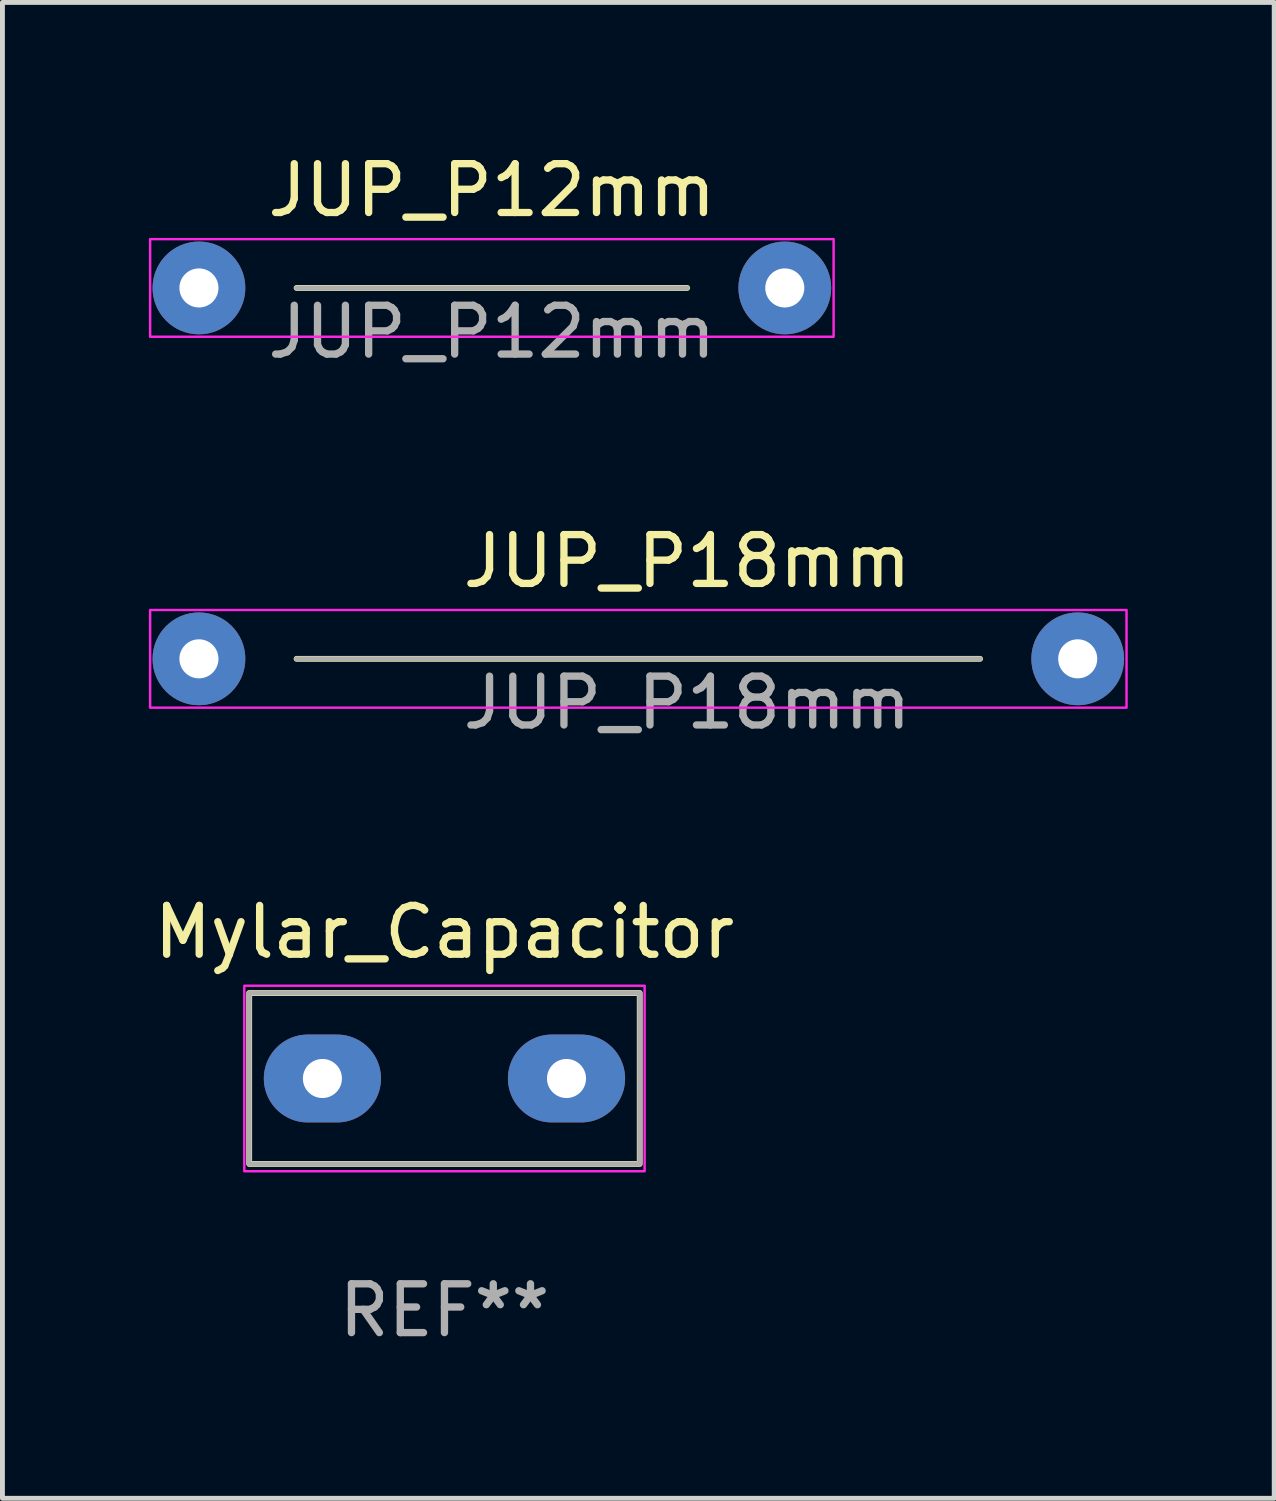
<source format=kicad_pcb>
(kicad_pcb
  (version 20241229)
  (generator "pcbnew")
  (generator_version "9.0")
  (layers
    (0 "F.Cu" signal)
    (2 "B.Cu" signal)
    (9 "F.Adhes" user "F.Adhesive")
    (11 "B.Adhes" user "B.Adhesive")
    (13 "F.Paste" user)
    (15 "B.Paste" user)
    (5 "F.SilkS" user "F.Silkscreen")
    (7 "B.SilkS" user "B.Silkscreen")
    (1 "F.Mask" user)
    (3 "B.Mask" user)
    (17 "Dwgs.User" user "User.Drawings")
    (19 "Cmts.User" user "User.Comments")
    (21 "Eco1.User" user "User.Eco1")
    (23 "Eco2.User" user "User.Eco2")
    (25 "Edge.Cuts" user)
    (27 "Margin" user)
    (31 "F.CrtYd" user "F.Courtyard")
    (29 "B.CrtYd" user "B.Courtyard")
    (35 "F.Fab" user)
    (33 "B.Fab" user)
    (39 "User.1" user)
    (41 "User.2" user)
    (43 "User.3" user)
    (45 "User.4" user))
  (footprint "JUP_P18mm"
    (layer "F.Cu")
    (at 10.025 10.445)
    (property "Reference" "JUP_P18mm" (at 1 -2 0) (unlocked yes) (layer "F.SilkS") (effects (font (size 1 1) (thickness 0.15))))
    (attr through_hole)
    (fp_line (start -7 0) (end 7 0) (stroke (width 0.12) (type solid)) (layer "F.SilkS"))
    (fp_rect (start -10 -1) (end 10 1) (stroke (width 0.05) (type solid)) (fill no) (layer "F.CrtYd"))
    (fp_line (start -7 0) (end 7 0) (stroke (width 0.1) (type solid)) (layer "F.Fab"))
    (fp_text user "${REFERENCE}" (at 1 0.9 0) (unlocked yes) (layer "F.Fab") (effects (font (size 1 1) (thickness 0.15))))
    (pad "1" thru_hole circle (at -9 0) (size 1.9 1.9) (drill 0.8) (layers "*.Cu" "*.Mask"))
    (pad "2" thru_hole circle (at 9 0) (size 1.9 1.9) (drill 0.8) (layers "*.Cu" "*.Mask")))
  (footprint "JUP_P12mm"
    (layer "F.Cu")
    (at 7.025 2.848)
    (property "Reference" "JUP_P12mm" (at 0 -2 0) (unlocked yes) (layer "F.SilkS") (effects (font (size 1 1) (thickness 0.15))))
    (attr through_hole)
    (fp_line (start -4 0) (end 4 0) (stroke (width 0.12) (type solid)) (layer "F.SilkS"))
    (fp_rect (start -7 -1) (end 7 1) (stroke (width 0.05) (type solid)) (fill no) (layer "F.CrtYd"))
    (fp_line (start -4 0) (end 4 0) (stroke (width 0.1) (type solid)) (layer "F.Fab"))
    (fp_text user "${REFERENCE}" (at 0 0.9 0) (unlocked yes) (layer "F.Fab") (effects (font (size 1 1) (thickness 0.15))))
    (pad "1" thru_hole circle (at -6 0) (size 1.9 1.9) (drill 0.8) (layers "*.Cu" "*.Mask"))
    (pad "2" thru_hole circle (at 6 0) (size 1.9 1.9) (drill 0.8) (layers "*.Cu" "*.Mask")))
  (footprint "Mylar_Capacitor"
    (layer "F.Cu")
    (at 6.054 19.041)
    (property "Reference" "Mylar_Capacitor" (at 0 -3 0) (unlocked yes) (layer "F.SilkS") (effects (font (size 1 1) (thickness 0.15))))
    (attr through_hole)
    (fp_rect (start -4 -1.75) (end 4 1.75) (stroke (width 0.12) (type solid)) (fill no) (layer "F.SilkS"))
    (fp_rect (start -4.1 -1.9) (end 4.1 1.9) (stroke (width 0.05) (type solid)) (fill no) (layer "F.CrtYd"))
    (fp_rect (start -4 -1.75) (end 4 1.75) (stroke (width 0.1) (type solid)) (fill no) (layer "F.Fab"))
    (fp_text user "REF**" (at 0 4.75 0) (unlocked yes) (layer "F.Fab") (effects (font (size 1 1) (thickness 0.15))))
    (pad "1" thru_hole oval (at -2.5 0) (size 2.4 1.8) (drill 0.8) (layers "*.Cu" "*.Mask"))
    (pad "2" thru_hole oval (at 2.5 0) (size 2.4 1.8) (drill 0.8) (layers "*.Cu" "*.Mask")))
  (gr_rect
    (start -3 -3)
    (end 23.05 27.64)
    (stroke (width 0.1) (type default))
    (fill no)
    (layer "Edge.Cuts")))
</source>
